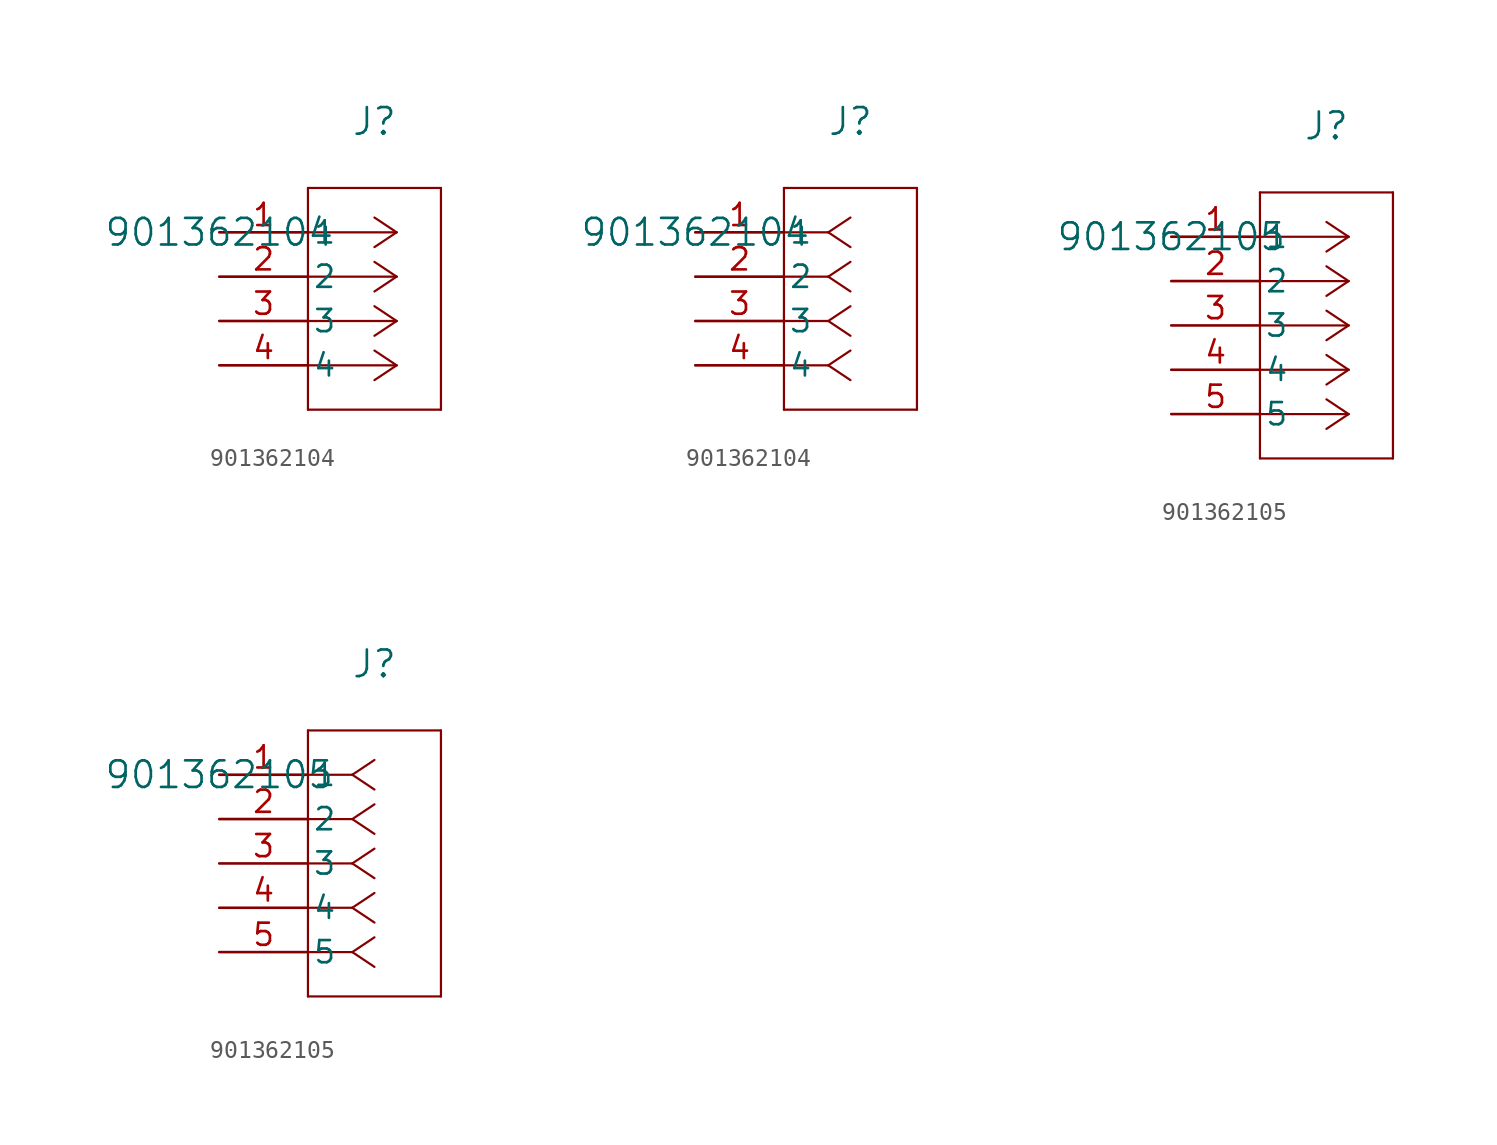
<source format=kicad_sym>
(kicad_symbol_lib
  (version 20231120)
  (generator "kicad_symbol_editor")
  (generator_version "8.0")
  (symbol "901362104"
    (pin_names
      (offset 0.254))
    (property "Reference" "J"
      (at 8.89 6.35 0)
      (effects (font (size 1.524 1.524))))
    (property "Value" "901362104"
      (at 0 0 0)
      (effects (font (size 1.524 1.524))))
    (property "ki_locked" ""
      (at 0 0 0)
      (effects (font (size 1.27 1.27))))
    (symbol "901362104_1_1"
      (polyline (pts (xy 5.08 -10.16) (xy 12.7 -10.16)) (stroke (width 0.127) (type default)) (fill (type none)))
      (polyline (pts (xy 5.08 2.54) (xy 5.08 -10.16)) (stroke (width 0.127) (type default)) (fill (type none)))
      (polyline (pts (xy 10.16 -7.62) (xy 5.08 -7.62)) (stroke (width 0.127) (type default)) (fill (type none)))
      (polyline (pts (xy 10.16 -7.62) (xy 8.89 -8.467)) (stroke (width 0.127) (type default)) (fill (type none)))
      (polyline (pts (xy 10.16 -7.62) (xy 8.89 -6.773)) (stroke (width 0.127) (type default)) (fill (type none)))
      (polyline (pts (xy 10.16 -5.08) (xy 5.08 -5.08)) (stroke (width 0.127) (type default)) (fill (type none)))
      (polyline (pts (xy 10.16 -5.08) (xy 8.89 -5.927)) (stroke (width 0.127) (type default)) (fill (type none)))
      (polyline (pts (xy 10.16 -5.08) (xy 8.89 -4.233)) (stroke (width 0.127) (type default)) (fill (type none)))
      (polyline (pts (xy 10.16 -2.54) (xy 5.08 -2.54)) (stroke (width 0.127) (type default)) (fill (type none)))
      (polyline (pts (xy 10.16 -2.54) (xy 8.89 -3.387)) (stroke (width 0.127) (type default)) (fill (type none)))
      (polyline (pts (xy 10.16 -2.54) (xy 8.89 -1.693)) (stroke (width 0.127) (type default)) (fill (type none)))
      (polyline (pts (xy 10.16 0) (xy 5.08 0)) (stroke (width 0.127) (type default)) (fill (type none)))
      (polyline (pts (xy 10.16 0) (xy 8.89 -0.847)) (stroke (width 0.127) (type default)) (fill (type none)))
      (polyline (pts (xy 10.16 0) (xy 8.89 0.847)) (stroke (width 0.127) (type default)) (fill (type none)))
      (polyline (pts (xy 12.7 -10.16) (xy 12.7 2.54)) (stroke (width 0.127) (type default)) (fill (type none)))
      (polyline (pts (xy 12.7 2.54) (xy 5.08 2.54)) (stroke (width 0.127) (type default)) (fill (type none)))
      (pin unspecified line (at 0 0 0) (length 5.08) (name "1" (effects (font (size 1.27 1.27)))) (number "1" (effects (font (size 1.27 1.27)))))
      (pin unspecified line (at 0 -2.54 0) (length 5.08) (name "2" (effects (font (size 1.27 1.27)))) (number "2" (effects (font (size 1.27 1.27)))))
      (pin unspecified line (at 0 -5.08 0) (length 5.08) (name "3" (effects (font (size 1.27 1.27)))) (number "3" (effects (font (size 1.27 1.27)))))
      (pin unspecified line (at 0 -7.62 0) (length 5.08) (name "4" (effects (font (size 1.27 1.27)))) (number "4" (effects (font (size 1.27 1.27))))))
    (symbol "901362104_1_2"
      (polyline (pts (xy 5.08 -10.16) (xy 12.7 -10.16)) (stroke (width 0.127) (type default)) (fill (type none)))
      (polyline (pts (xy 5.08 2.54) (xy 5.08 -10.16)) (stroke (width 0.127) (type default)) (fill (type none)))
      (polyline (pts (xy 7.62 -7.62) (xy 5.08 -7.62)) (stroke (width 0.127) (type default)) (fill (type none)))
      (polyline (pts (xy 7.62 -7.62) (xy 8.89 -8.467)) (stroke (width 0.127) (type default)) (fill (type none)))
      (polyline (pts (xy 7.62 -7.62) (xy 8.89 -6.773)) (stroke (width 0.127) (type default)) (fill (type none)))
      (polyline (pts (xy 7.62 -5.08) (xy 5.08 -5.08)) (stroke (width 0.127) (type default)) (fill (type none)))
      (polyline (pts (xy 7.62 -5.08) (xy 8.89 -5.927)) (stroke (width 0.127) (type default)) (fill (type none)))
      (polyline (pts (xy 7.62 -5.08) (xy 8.89 -4.233)) (stroke (width 0.127) (type default)) (fill (type none)))
      (polyline (pts (xy 7.62 -2.54) (xy 5.08 -2.54)) (stroke (width 0.127) (type default)) (fill (type none)))
      (polyline (pts (xy 7.62 -2.54) (xy 8.89 -3.387)) (stroke (width 0.127) (type default)) (fill (type none)))
      (polyline (pts (xy 7.62 -2.54) (xy 8.89 -1.693)) (stroke (width 0.127) (type default)) (fill (type none)))
      (polyline (pts (xy 7.62 0) (xy 5.08 0)) (stroke (width 0.127) (type default)) (fill (type none)))
      (polyline (pts (xy 7.62 0) (xy 8.89 -0.847)) (stroke (width 0.127) (type default)) (fill (type none)))
      (polyline (pts (xy 7.62 0) (xy 8.89 0.847)) (stroke (width 0.127) (type default)) (fill (type none)))
      (polyline (pts (xy 12.7 -10.16) (xy 12.7 2.54)) (stroke (width 0.127) (type default)) (fill (type none)))
      (polyline (pts (xy 12.7 2.54) (xy 5.08 2.54)) (stroke (width 0.127) (type default)) (fill (type none)))
      (pin unspecified line (at 0 0 0) (length 5.08) (name "1" (effects (font (size 1.27 1.27)))) (number "1" (effects (font (size 1.27 1.27)))))
      (pin unspecified line (at 0 -2.54 0) (length 5.08) (name "2" (effects (font (size 1.27 1.27)))) (number "2" (effects (font (size 1.27 1.27)))))
      (pin unspecified line (at 0 -5.08 0) (length 5.08) (name "3" (effects (font (size 1.27 1.27)))) (number "3" (effects (font (size 1.27 1.27)))))
      (pin unspecified line (at 0 -7.62 0) (length 5.08) (name "4" (effects (font (size 1.27 1.27)))) (number "4" (effects (font (size 1.27 1.27)))))))
  (symbol "901362105"
    (pin_names
      (offset 0.254))
    (property "Reference" "J"
      (at 8.89 6.35 0)
      (effects (font (size 1.524 1.524))))
    (property "Value" "901362105"
      (at 0 0 0)
      (effects (font (size 1.524 1.524))))
    (property "ki_locked" ""
      (at 0 0 0)
      (effects (font (size 1.27 1.27))))
    (symbol "901362105_1_1"
      (polyline (pts (xy 5.08 -12.7) (xy 12.7 -12.7)) (stroke (width 0.127) (type default)) (fill (type none)))
      (polyline (pts (xy 5.08 2.54) (xy 5.08 -12.7)) (stroke (width 0.127) (type default)) (fill (type none)))
      (polyline (pts (xy 10.16 -10.16) (xy 5.08 -10.16)) (stroke (width 0.127) (type default)) (fill (type none)))
      (polyline (pts (xy 10.16 -10.16) (xy 8.89 -11.007)) (stroke (width 0.127) (type default)) (fill (type none)))
      (polyline (pts (xy 10.16 -10.16) (xy 8.89 -9.313)) (stroke (width 0.127) (type default)) (fill (type none)))
      (polyline (pts (xy 10.16 -7.62) (xy 5.08 -7.62)) (stroke (width 0.127) (type default)) (fill (type none)))
      (polyline (pts (xy 10.16 -7.62) (xy 8.89 -8.467)) (stroke (width 0.127) (type default)) (fill (type none)))
      (polyline (pts (xy 10.16 -7.62) (xy 8.89 -6.773)) (stroke (width 0.127) (type default)) (fill (type none)))
      (polyline (pts (xy 10.16 -5.08) (xy 5.08 -5.08)) (stroke (width 0.127) (type default)) (fill (type none)))
      (polyline (pts (xy 10.16 -5.08) (xy 8.89 -5.927)) (stroke (width 0.127) (type default)) (fill (type none)))
      (polyline (pts (xy 10.16 -5.08) (xy 8.89 -4.233)) (stroke (width 0.127) (type default)) (fill (type none)))
      (polyline (pts (xy 10.16 -2.54) (xy 5.08 -2.54)) (stroke (width 0.127) (type default)) (fill (type none)))
      (polyline (pts (xy 10.16 -2.54) (xy 8.89 -3.387)) (stroke (width 0.127) (type default)) (fill (type none)))
      (polyline (pts (xy 10.16 -2.54) (xy 8.89 -1.693)) (stroke (width 0.127) (type default)) (fill (type none)))
      (polyline (pts (xy 10.16 0) (xy 5.08 0)) (stroke (width 0.127) (type default)) (fill (type none)))
      (polyline (pts (xy 10.16 0) (xy 8.89 -0.847)) (stroke (width 0.127) (type default)) (fill (type none)))
      (polyline (pts (xy 10.16 0) (xy 8.89 0.847)) (stroke (width 0.127) (type default)) (fill (type none)))
      (polyline (pts (xy 12.7 -12.7) (xy 12.7 2.54)) (stroke (width 0.127) (type default)) (fill (type none)))
      (polyline (pts (xy 12.7 2.54) (xy 5.08 2.54)) (stroke (width 0.127) (type default)) (fill (type none)))
      (pin unspecified line (at 0 0 0) (length 5.08) (name "1" (effects (font (size 1.27 1.27)))) (number "1" (effects (font (size 1.27 1.27)))))
      (pin unspecified line (at 0 -2.54 0) (length 5.08) (name "2" (effects (font (size 1.27 1.27)))) (number "2" (effects (font (size 1.27 1.27)))))
      (pin unspecified line (at 0 -5.08 0) (length 5.08) (name "3" (effects (font (size 1.27 1.27)))) (number "3" (effects (font (size 1.27 1.27)))))
      (pin unspecified line (at 0 -7.62 0) (length 5.08) (name "4" (effects (font (size 1.27 1.27)))) (number "4" (effects (font (size 1.27 1.27)))))
      (pin unspecified line (at 0 -10.16 0) (length 5.08) (name "5" (effects (font (size 1.27 1.27)))) (number "5" (effects (font (size 1.27 1.27))))))
    (symbol "901362105_1_2"
      (polyline (pts (xy 5.08 -12.7) (xy 12.7 -12.7)) (stroke (width 0.127) (type default)) (fill (type none)))
      (polyline (pts (xy 5.08 2.54) (xy 5.08 -12.7)) (stroke (width 0.127) (type default)) (fill (type none)))
      (polyline (pts (xy 7.62 -10.16) (xy 5.08 -10.16)) (stroke (width 0.127) (type default)) (fill (type none)))
      (polyline (pts (xy 7.62 -10.16) (xy 8.89 -11.007)) (stroke (width 0.127) (type default)) (fill (type none)))
      (polyline (pts (xy 7.62 -10.16) (xy 8.89 -9.313)) (stroke (width 0.127) (type default)) (fill (type none)))
      (polyline (pts (xy 7.62 -7.62) (xy 5.08 -7.62)) (stroke (width 0.127) (type default)) (fill (type none)))
      (polyline (pts (xy 7.62 -7.62) (xy 8.89 -8.467)) (stroke (width 0.127) (type default)) (fill (type none)))
      (polyline (pts (xy 7.62 -7.62) (xy 8.89 -6.773)) (stroke (width 0.127) (type default)) (fill (type none)))
      (polyline (pts (xy 7.62 -5.08) (xy 5.08 -5.08)) (stroke (width 0.127) (type default)) (fill (type none)))
      (polyline (pts (xy 7.62 -5.08) (xy 8.89 -5.927)) (stroke (width 0.127) (type default)) (fill (type none)))
      (polyline (pts (xy 7.62 -5.08) (xy 8.89 -4.233)) (stroke (width 0.127) (type default)) (fill (type none)))
      (polyline (pts (xy 7.62 -2.54) (xy 5.08 -2.54)) (stroke (width 0.127) (type default)) (fill (type none)))
      (polyline (pts (xy 7.62 -2.54) (xy 8.89 -3.387)) (stroke (width 0.127) (type default)) (fill (type none)))
      (polyline (pts (xy 7.62 -2.54) (xy 8.89 -1.693)) (stroke (width 0.127) (type default)) (fill (type none)))
      (polyline (pts (xy 7.62 0) (xy 5.08 0)) (stroke (width 0.127) (type default)) (fill (type none)))
      (polyline (pts (xy 7.62 0) (xy 8.89 -0.847)) (stroke (width 0.127) (type default)) (fill (type none)))
      (polyline (pts (xy 7.62 0) (xy 8.89 0.847)) (stroke (width 0.127) (type default)) (fill (type none)))
      (polyline (pts (xy 12.7 -12.7) (xy 12.7 2.54)) (stroke (width 0.127) (type default)) (fill (type none)))
      (polyline (pts (xy 12.7 2.54) (xy 5.08 2.54)) (stroke (width 0.127) (type default)) (fill (type none)))
      (pin unspecified line (at 0 0 0) (length 5.08) (name "1" (effects (font (size 1.27 1.27)))) (number "1" (effects (font (size 1.27 1.27)))))
      (pin unspecified line (at 0 -2.54 0) (length 5.08) (name "2" (effects (font (size 1.27 1.27)))) (number "2" (effects (font (size 1.27 1.27)))))
      (pin unspecified line (at 0 -5.08 0) (length 5.08) (name "3" (effects (font (size 1.27 1.27)))) (number "3" (effects (font (size 1.27 1.27)))))
      (pin unspecified line (at 0 -7.62 0) (length 5.08) (name "4" (effects (font (size 1.27 1.27)))) (number "4" (effects (font (size 1.27 1.27)))))
      (pin unspecified line (at 0 -10.16 0) (length 5.08) (name "5" (effects (font (size 1.27 1.27)))) (number "5" (effects (font (size 1.27 1.27))))))))
</source>
